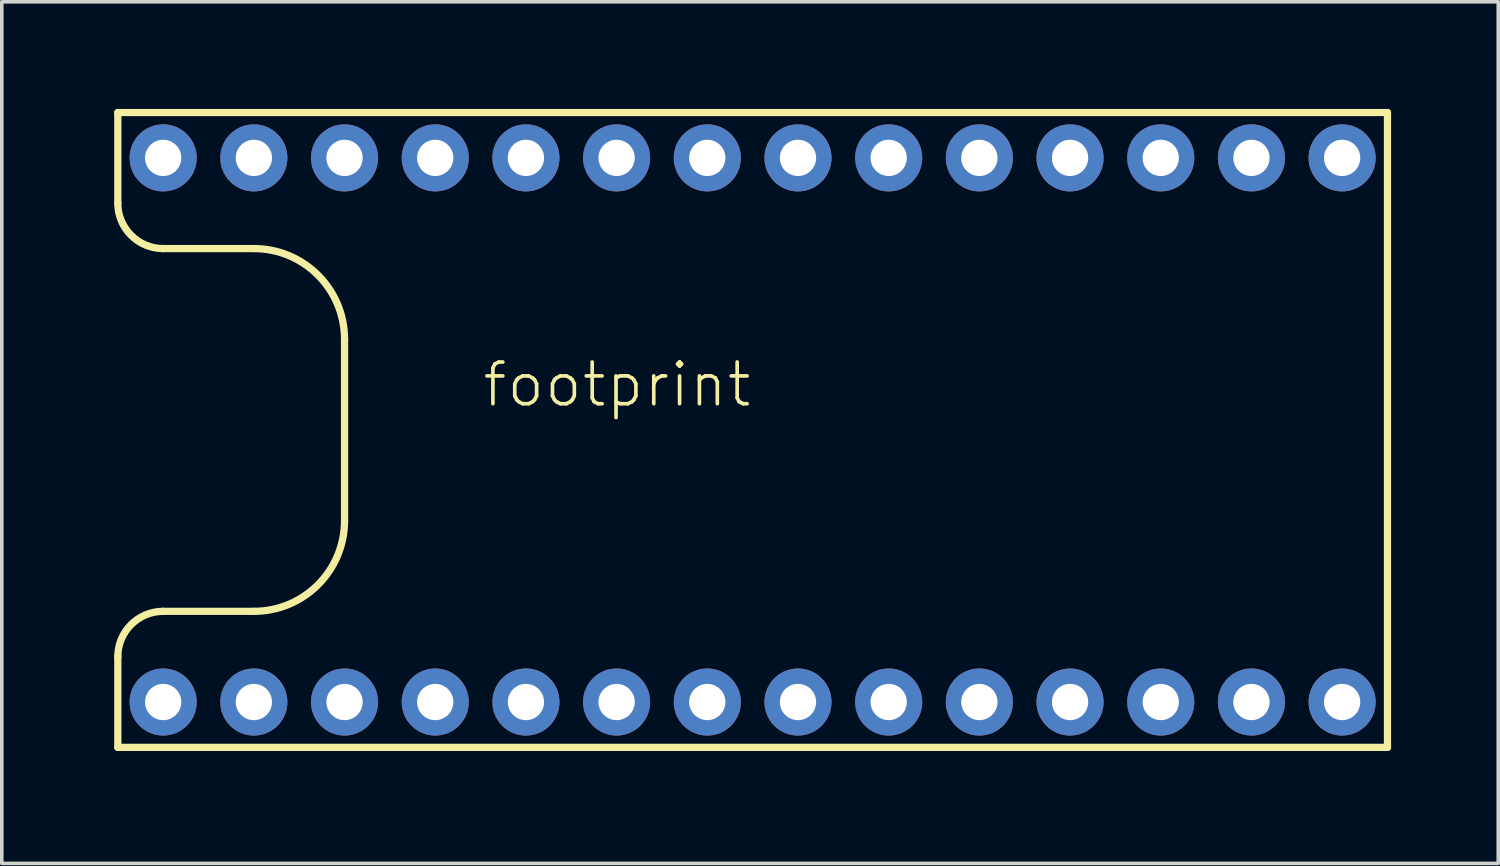
<source format=kicad_pcb>
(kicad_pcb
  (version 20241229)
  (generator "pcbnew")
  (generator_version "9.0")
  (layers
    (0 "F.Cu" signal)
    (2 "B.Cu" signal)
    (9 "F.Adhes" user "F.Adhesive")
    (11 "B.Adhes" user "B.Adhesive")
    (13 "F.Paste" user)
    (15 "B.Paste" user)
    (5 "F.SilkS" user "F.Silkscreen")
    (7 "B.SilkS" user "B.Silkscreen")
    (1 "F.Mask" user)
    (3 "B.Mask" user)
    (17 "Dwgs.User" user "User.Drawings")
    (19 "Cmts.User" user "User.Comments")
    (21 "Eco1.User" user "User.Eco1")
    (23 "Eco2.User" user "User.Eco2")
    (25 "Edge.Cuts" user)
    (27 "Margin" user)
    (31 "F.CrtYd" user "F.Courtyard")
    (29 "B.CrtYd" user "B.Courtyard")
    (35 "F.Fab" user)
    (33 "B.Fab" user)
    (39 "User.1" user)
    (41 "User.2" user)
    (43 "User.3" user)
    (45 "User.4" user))
  (footprint "footprint"
    (layer "F.Cu")
    (at 0.25 17.882)
    (property "Reference" "footprint" (at 10.16 -10.16 0) (layer "F.SilkS") (effects (font (size 1.168 1.168) (thickness 0.102)) (justify left)))
    (fp_line (start 0 -17.78) (end 0 -15.24) (stroke (width 0.203) (type solid)) (layer "F.SilkS"))
    (fp_line (start 0 -2.54) (end 0 0) (stroke (width 0.203) (type solid)) (layer "F.SilkS"))
    (fp_line (start 0 0) (end 35.56 0) (stroke (width 0.203) (type solid)) (layer "F.SilkS"))
    (fp_line (start 1.27 -13.97) (end 3.81 -13.97) (stroke (width 0.203) (type solid)) (layer "F.SilkS"))
    (fp_line (start 3.81 -3.81) (end 1.27 -3.81) (stroke (width 0.203) (type solid)) (layer "F.SilkS"))
    (fp_line (start 6.35 -11.43) (end 6.35 -6.35) (stroke (width 0.203) (type solid)) (layer "F.SilkS"))
    (fp_line (start 35.56 -17.78) (end 0 -17.78) (stroke (width 0.203) (type solid)) (layer "F.SilkS"))
    (fp_line (start 35.56 0) (end 35.56 -17.78) (stroke (width 0.203) (type solid)) (layer "F.SilkS"))
    (fp_arc (start 0 -2.54) (mid 0.371974 -3.438026) (end 1.27 -3.81) (stroke (width 0.2032) (type solid)) (layer "F.SilkS"))
    (fp_arc (start 1.27 -13.97) (mid 0.371974 -14.341974) (end 0 -15.24) (stroke (width 0.2032) (type solid)) (layer "F.SilkS"))
    (fp_arc (start 3.81 -13.97) (mid 5.606051 -13.226051) (end 6.35 -11.43) (stroke (width 0.2032) (type solid)) (layer "F.SilkS"))
    (fp_arc (start 6.35 -6.35) (mid 5.606051 -4.553949) (end 3.81 -3.81) (stroke (width 0.2032) (type solid)) (layer "F.SilkS"))
    (pad "1" thru_hole circle (at 1.27 -16.51) (size 1.88 1.88) (drill 1.016) (layers "*.Cu" "*.Mask"))
    (pad "2" thru_hole circle (at 3.81 -16.51) (size 1.88 1.88) (drill 1.016) (layers "*.Cu" "*.Mask"))
    (pad "3" thru_hole circle (at 6.35 -16.51) (size 1.88 1.88) (drill 1.016) (layers "*.Cu" "*.Mask"))
    (pad "4" thru_hole circle (at 8.89 -16.51) (size 1.88 1.88) (drill 1.016) (layers "*.Cu" "*.Mask"))
    (pad "5" thru_hole circle (at 11.43 -16.51) (size 1.88 1.88) (drill 1.016) (layers "*.Cu" "*.Mask"))
    (pad "6" thru_hole circle (at 13.97 -16.51) (size 1.88 1.88) (drill 1.016) (layers "*.Cu" "*.Mask"))
    (pad "7" thru_hole circle (at 16.51 -16.51) (size 1.88 1.88) (drill 1.016) (layers "*.Cu" "*.Mask"))
    (pad "8" thru_hole circle (at 19.05 -16.51) (size 1.88 1.88) (drill 1.016) (layers "*.Cu" "*.Mask"))
    (pad "9" thru_hole circle (at 21.59 -16.51) (size 1.88 1.88) (drill 1.016) (layers "*.Cu" "*.Mask"))
    (pad "10" thru_hole circle (at 24.13 -16.51) (size 1.88 1.88) (drill 1.016) (layers "*.Cu" "*.Mask"))
    (pad "11" thru_hole circle (at 26.67 -16.51) (size 1.88 1.88) (drill 1.016) (layers "*.Cu" "*.Mask"))
    (pad "12" thru_hole circle (at 29.21 -16.51) (size 1.88 1.88) (drill 1.016) (layers "*.Cu" "*.Mask"))
    (pad "13" thru_hole circle (at 31.75 -16.51) (size 1.88 1.88) (drill 1.016) (layers "*.Cu" "*.Mask"))
    (pad "14" thru_hole circle (at 34.29 -16.51) (size 1.88 1.88) (drill 1.016) (layers "*.Cu" "*.Mask"))
    (pad "15" thru_hole circle (at 1.27 -1.27) (size 1.88 1.88) (drill 1.016) (layers "*.Cu" "*.Mask"))
    (pad "16" thru_hole circle (at 3.81 -1.27) (size 1.88 1.88) (drill 1.016) (layers "*.Cu" "*.Mask"))
    (pad "17" thru_hole circle (at 6.35 -1.27) (size 1.88 1.88) (drill 1.016) (layers "*.Cu" "*.Mask"))
    (pad "18" thru_hole circle (at 8.89 -1.27) (size 1.88 1.88) (drill 1.016) (layers "*.Cu" "*.Mask"))
    (pad "19" thru_hole circle (at 11.43 -1.27) (size 1.88 1.88) (drill 1.016) (layers "*.Cu" "*.Mask"))
    (pad "20" thru_hole circle (at 13.97 -1.27) (size 1.88 1.88) (drill 1.016) (layers "*.Cu" "*.Mask"))
    (pad "21" thru_hole circle (at 16.51 -1.27) (size 1.88 1.88) (drill 1.016) (layers "*.Cu" "*.Mask"))
    (pad "22" thru_hole circle (at 19.05 -1.27) (size 1.88 1.88) (drill 1.016) (layers "*.Cu" "*.Mask"))
    (pad "23" thru_hole circle (at 21.59 -1.27) (size 1.88 1.88) (drill 1.016) (layers "*.Cu" "*.Mask"))
    (pad "24" thru_hole circle (at 24.13 -1.27) (size 1.88 1.88) (drill 1.016) (layers "*.Cu" "*.Mask"))
    (pad "25" thru_hole circle (at 26.67 -1.27) (size 1.88 1.88) (drill 1.016) (layers "*.Cu" "*.Mask"))
    (pad "26" thru_hole circle (at 29.21 -1.27) (size 1.88 1.88) (drill 1.016) (layers "*.Cu" "*.Mask"))
    (pad "27" thru_hole circle (at 31.75 -1.27) (size 1.88 1.88) (drill 1.016) (layers "*.Cu" "*.Mask"))
    (pad "28" thru_hole circle (at 34.29 -1.27) (size 1.88 1.88) (drill 1.016) (layers "*.Cu" "*.Mask")))
  (gr_rect
    (start -3 -3)
    (end 38.912 21.132)
    (stroke (width 0.1) (type default))
    (fill no)
    (layer "Edge.Cuts")))
</source>
